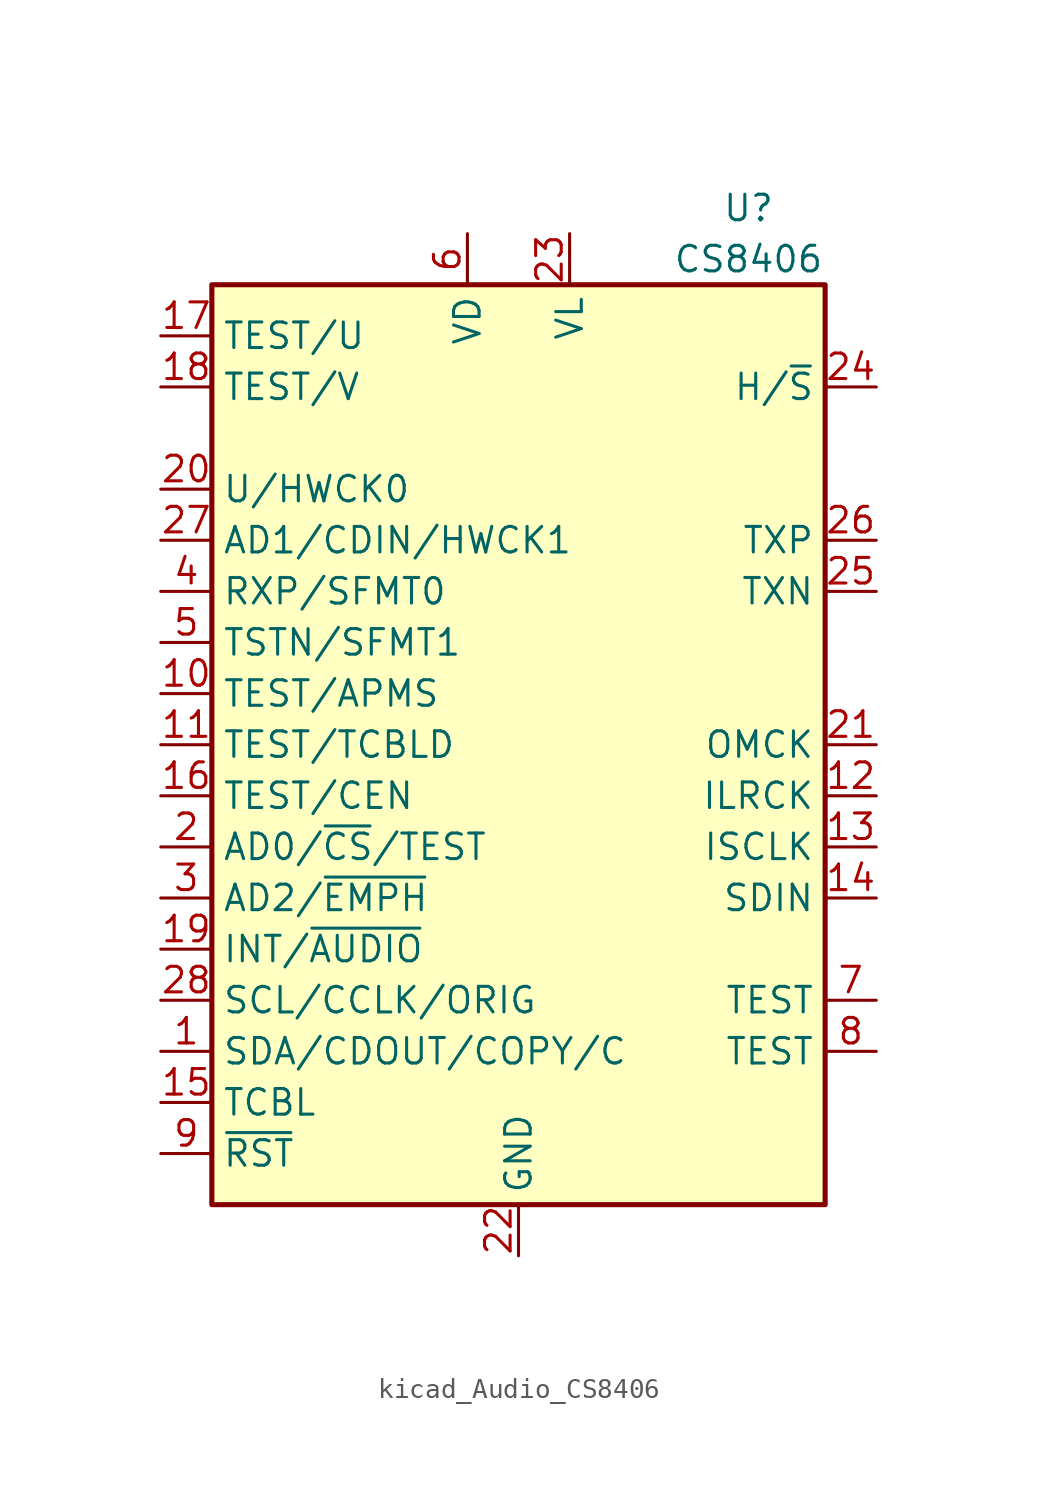
<source format=kicad_sym>
(kicad_symbol_lib
  (version 20220914)
  (generator kicad_symbol_editor)
  (symbol "kicad_Audio_CS8406"
    (property "Reference" "U"
      (at 11.43 26.67 0)
      (effects (font (size 1.27 1.27))))
    (property "Value" "CS8406"
      (at 11.43 24.13 0)
      (effects (font (size 1.27 1.27))))
    (symbol "kicad_Audio_CS8406_0_0"
      (rectangle (start -15.24 22.86) (end 15.24 -22.86) (stroke (width 0.254) (type default)) (fill (type background))))
    (symbol "kicad_Audio_CS8406_1_0"
      (pin bidirectional line (at 17.78 -2.54 180) (length 2.54) (name "ILRCK" (effects (font (size 1.27 1.27)))) (number "12" (effects (font (size 1.27 1.27)))))
      (pin bidirectional line (at 17.78 -5.08 180) (length 2.54) (name "ISCLK" (effects (font (size 1.27 1.27)))) (number "13" (effects (font (size 1.27 1.27)))))
      (pin input line (at 17.78 -7.62 180) (length 2.54) (name "SDIN" (effects (font (size 1.27 1.27)))) (number "14" (effects (font (size 1.27 1.27)))))
      (pin input line (at 17.78 0 180) (length 2.54) (name "OMCK" (effects (font (size 1.27 1.27)))) (number "21" (effects (font (size 1.27 1.27)))))
      (pin power_in line (at 0 -25.4 90) (length 2.54) (name "GND" (effects (font (size 1.27 1.27)))) (number "22" (effects (font (size 1.27 1.27)))))
      (pin power_in line (at 2.54 25.4 270) (length 2.54) (name "VL" (effects (font (size 1.27 1.27)))) (number "23" (effects (font (size 1.27 1.27)))))
      (pin input line (at 17.78 17.78 180) (length 2.54) (name "H/~{S}" (effects (font (size 1.27 1.27)))) (number "24" (effects (font (size 1.27 1.27)))))
      (pin output line (at 17.78 7.62 180) (length 2.54) (name "TXN" (effects (font (size 1.27 1.27)))) (number "25" (effects (font (size 1.27 1.27)))))
      (pin output line (at 17.78 10.16 180) (length 2.54) (name "TXP" (effects (font (size 1.27 1.27)))) (number "26" (effects (font (size 1.27 1.27)))))
      (pin power_in line (at -2.54 25.4 270) (length 2.54) (name "VD" (effects (font (size 1.27 1.27)))) (number "6" (effects (font (size 1.27 1.27)))))
      (pin input line (at -17.78 -20.32 0) (length 2.54) (name "~{RST}" (effects (font (size 1.27 1.27)))) (number "9" (effects (font (size 1.27 1.27))))))
    (symbol "kicad_Audio_CS8406_1_1"
      (pin bidirectional line (at -17.78 -15.24 0) (length 2.54) (name "SDA/CDOUT/COPY/C" (effects (font (size 1.27 1.27)))) (number "1" (effects (font (size 1.27 1.27)))))
      (pin input line (at -17.78 2.54 0) (length 2.54) (name "TEST/APMS" (effects (font (size 1.27 1.27)))) (number "10" (effects (font (size 1.27 1.27)))))
      (pin input line (at -17.78 0 0) (length 2.54) (name "TEST/TCBLD" (effects (font (size 1.27 1.27)))) (number "11" (effects (font (size 1.27 1.27)))))
      (pin bidirectional line (at -17.78 -17.78 0) (length 2.54) (name "TCBL" (effects (font (size 1.27 1.27)))) (number "15" (effects (font (size 1.27 1.27)))))
      (pin input line (at -17.78 -2.54 0) (length 2.54) (name "TEST/CEN" (effects (font (size 1.27 1.27)))) (number "16" (effects (font (size 1.27 1.27)))))
      (pin input line (at -17.78 20.32 0) (length 2.54) (name "TEST/U" (effects (font (size 1.27 1.27)))) (number "17" (effects (font (size 1.27 1.27)))))
      (pin input line (at -17.78 17.78 0) (length 2.54) (name "TEST/V" (effects (font (size 1.27 1.27)))) (number "18" (effects (font (size 1.27 1.27)))))
      (pin bidirectional line (at -17.78 -10.16 0) (length 2.54) (name "INT/~{AUDIO}" (effects (font (size 1.27 1.27)))) (number "19" (effects (font (size 1.27 1.27)))))
      (pin input line (at -17.78 -5.08 0) (length 2.54) (name "AD0/~{CS}/TEST" (effects (font (size 1.27 1.27)))) (number "2" (effects (font (size 1.27 1.27)))))
      (pin input line (at -17.78 12.7 0) (length 2.54) (name "U/HWCK0" (effects (font (size 1.27 1.27)))) (number "20" (effects (font (size 1.27 1.27)))))
      (pin input line (at -17.78 10.16 0) (length 2.54) (name "AD1/CDIN/HWCK1" (effects (font (size 1.27 1.27)))) (number "27" (effects (font (size 1.27 1.27)))))
      (pin input line (at -17.78 -12.7 0) (length 2.54) (name "SCL/CCLK/ORIG" (effects (font (size 1.27 1.27)))) (number "28" (effects (font (size 1.27 1.27)))))
      (pin input line (at -17.78 -7.62 0) (length 2.54) (name "AD2/~{EMPH}" (effects (font (size 1.27 1.27)))) (number "3" (effects (font (size 1.27 1.27)))))
      (pin input line (at -17.78 7.62 0) (length 2.54) (name "RXP/SFMT0" (effects (font (size 1.27 1.27)))) (number "4" (effects (font (size 1.27 1.27)))))
      (pin input line (at -17.78 5.08 0) (length 2.54) (name "TSTN/SFMT1" (effects (font (size 1.27 1.27)))) (number "5" (effects (font (size 1.27 1.27)))))
      (pin input line (at 17.78 -12.7 180) (length 2.54) (name "TEST" (effects (font (size 1.27 1.27)))) (number "7" (effects (font (size 1.27 1.27)))))
      (pin input line (at 17.78 -15.24 180) (length 2.54) (name "TEST" (effects (font (size 1.27 1.27)))) (number "8" (effects (font (size 1.27 1.27))))))))
</source>
